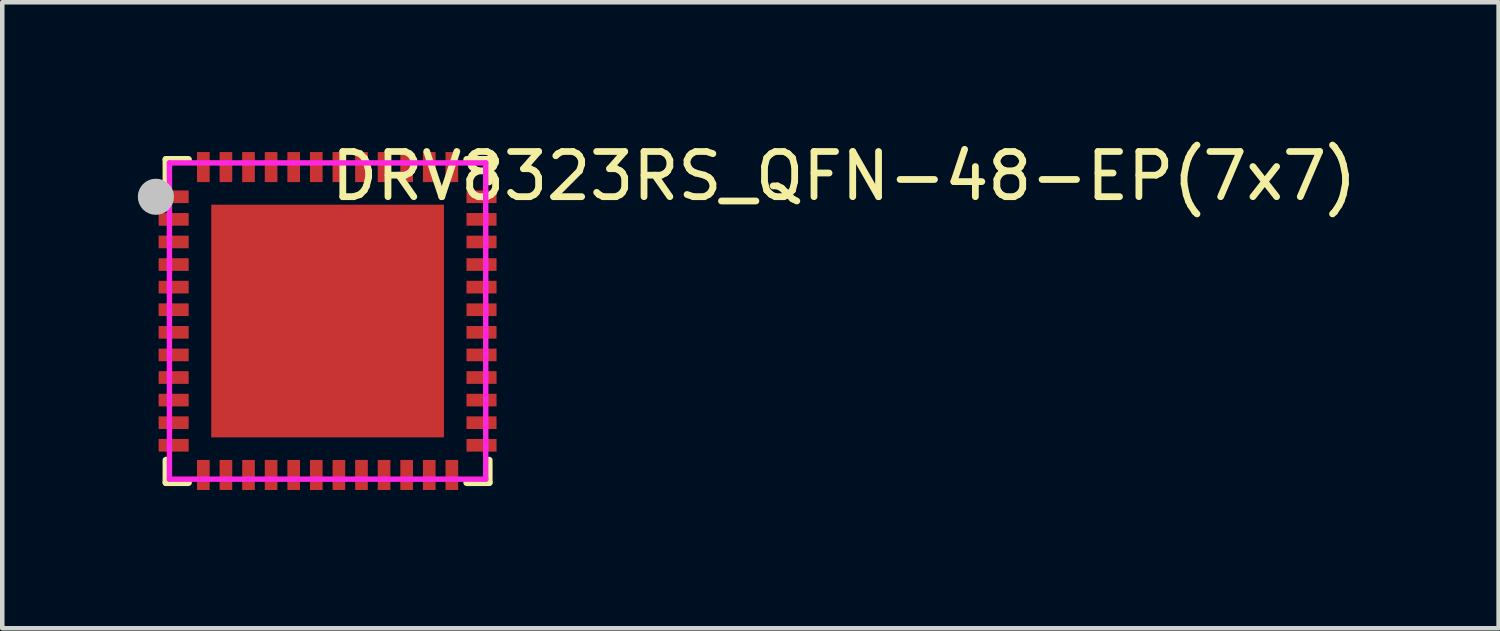
<source format=kicad_pcb>
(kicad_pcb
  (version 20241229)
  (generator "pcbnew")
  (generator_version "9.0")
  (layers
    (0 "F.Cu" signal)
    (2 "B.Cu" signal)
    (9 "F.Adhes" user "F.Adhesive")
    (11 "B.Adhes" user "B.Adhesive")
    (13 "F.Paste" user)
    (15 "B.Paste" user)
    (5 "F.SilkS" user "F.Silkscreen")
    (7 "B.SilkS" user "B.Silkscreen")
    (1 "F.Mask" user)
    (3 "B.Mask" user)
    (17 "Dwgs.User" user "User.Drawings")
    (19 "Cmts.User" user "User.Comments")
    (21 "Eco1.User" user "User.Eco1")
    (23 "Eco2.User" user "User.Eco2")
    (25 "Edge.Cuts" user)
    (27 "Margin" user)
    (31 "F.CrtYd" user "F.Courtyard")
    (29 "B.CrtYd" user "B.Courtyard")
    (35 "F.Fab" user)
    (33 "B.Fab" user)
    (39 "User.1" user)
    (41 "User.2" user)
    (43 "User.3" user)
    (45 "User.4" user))
  (footprint "DRV8323RS_QFN-48-EP(7x7)"
    (layer "F.Cu")
    (at 4.2 4.055)
    (property "Reference" "DRV8323RS_QFN-48-EP(7x7)" (at 0 -3.207 0) (layer "F.SilkS") (effects (font (size 1 1) (thickness 0.15)) (justify left)))
    (attr smd)
    (fp_line (start -3.576 -3.576) (end -3.576 -3.08) (stroke (width 0.152) (type solid)) (layer "F.SilkS"))
    (fp_line (start -3.576 3.576) (end -3.576 3.08) (stroke (width 0.152) (type solid)) (layer "F.SilkS"))
    (fp_line (start -3.08 -3.576) (end -3.576 -3.576) (stroke (width 0.152) (type solid)) (layer "F.SilkS"))
    (fp_line (start -3.08 3.576) (end -3.576 3.576) (stroke (width 0.152) (type solid)) (layer "F.SilkS"))
    (fp_line (start 3.08 -3.576) (end 3.576 -3.576) (stroke (width 0.152) (type solid)) (layer "F.SilkS"))
    (fp_line (start 3.08 3.576) (end 3.576 3.576) (stroke (width 0.152) (type solid)) (layer "F.SilkS"))
    (fp_line (start 3.576 -3.576) (end 3.576 -3.08) (stroke (width 0.152) (type solid)) (layer "F.SilkS"))
    (fp_line (start 3.576 3.576) (end 3.576 3.08) (stroke (width 0.152) (type solid)) (layer "F.SilkS"))
    (fp_circle (center -4.04 -2.75) (end -3.965 -2.75) (stroke (width 0.15) (type solid)) (fill no) (layer "F.SilkS"))
    (fp_poly (pts (xy -3.74 -2.89) (xy -3.74 -2.61) (xy -3.075 -2.61) (xy -3.075 -2.89)) (stroke (width 0.12) (type solid)) (fill yes) (layer "F.Paste"))
    (fp_poly (pts (xy -3.74 -2.39) (xy -3.74 -2.11) (xy -3.075 -2.11) (xy -3.075 -2.39)) (stroke (width 0.12) (type solid)) (fill yes) (layer "F.Paste"))
    (fp_poly (pts (xy -3.74 -1.89) (xy -3.74 -1.61) (xy -3.075 -1.61) (xy -3.075 -1.89)) (stroke (width 0.12) (type solid)) (fill yes) (layer "F.Paste"))
    (fp_poly (pts (xy -3.74 -1.39) (xy -3.74 -1.11) (xy -3.075 -1.11) (xy -3.075 -1.39)) (stroke (width 0.12) (type solid)) (fill yes) (layer "F.Paste"))
    (fp_poly (pts (xy -3.74 -0.89) (xy -3.74 -0.61) (xy -3.075 -0.61) (xy -3.075 -0.89)) (stroke (width 0.12) (type solid)) (fill yes) (layer "F.Paste"))
    (fp_poly (pts (xy -3.74 -0.39) (xy -3.74 -0.11) (xy -3.075 -0.11) (xy -3.075 -0.39)) (stroke (width 0.12) (type solid)) (fill yes) (layer "F.Paste"))
    (fp_poly (pts (xy -3.74 0.11) (xy -3.74 0.39) (xy -3.075 0.39) (xy -3.075 0.11)) (stroke (width 0.12) (type solid)) (fill yes) (layer "F.Paste"))
    (fp_poly (pts (xy -3.74 0.61) (xy -3.74 0.89) (xy -3.075 0.89) (xy -3.075 0.61)) (stroke (width 0.12) (type solid)) (fill yes) (layer "F.Paste"))
    (fp_poly (pts (xy -3.74 1.11) (xy -3.74 1.39) (xy -3.075 1.39) (xy -3.075 1.11)) (stroke (width 0.12) (type solid)) (fill yes) (layer "F.Paste"))
    (fp_poly (pts (xy -3.74 1.61) (xy -3.74 1.89) (xy -3.075 1.89) (xy -3.075 1.61)) (stroke (width 0.12) (type solid)) (fill yes) (layer "F.Paste"))
    (fp_poly (pts (xy -3.74 2.11) (xy -3.74 2.39) (xy -3.075 2.39) (xy -3.075 2.11)) (stroke (width 0.12) (type solid)) (fill yes) (layer "F.Paste"))
    (fp_poly (pts (xy -3.74 2.61) (xy -3.74 2.89) (xy -3.075 2.89) (xy -3.075 2.61)) (stroke (width 0.12) (type solid)) (fill yes) (layer "F.Paste"))
    (fp_poly (pts (xy -2.89 3.075) (xy -2.89 3.74) (xy -2.61 3.74) (xy -2.61 3.075)) (stroke (width 0.12) (type solid)) (fill yes) (layer "F.Paste"))
    (fp_poly (pts (xy -2.61 -3.075) (xy -2.61 -3.74) (xy -2.89 -3.74) (xy -2.89 -3.075)) (stroke (width 0.12) (type solid)) (fill yes) (layer "F.Paste"))
    (fp_poly (pts (xy -2.39 3.075) (xy -2.39 3.74) (xy -2.11 3.74) (xy -2.11 3.075)) (stroke (width 0.12) (type solid)) (fill yes) (layer "F.Paste"))
    (fp_poly (pts (xy -2.11 -3.075) (xy -2.11 -3.74) (xy -2.39 -3.74) (xy -2.39 -3.075)) (stroke (width 0.12) (type solid)) (fill yes) (layer "F.Paste"))
    (fp_poly (pts (xy -2 -2) (xy -2 2) (xy 2 2) (xy 2 -2)) (stroke (width 0.12) (type solid)) (fill yes) (layer "F.Paste"))
    (fp_poly (pts (xy -1.89 3.075) (xy -1.89 3.74) (xy -1.61 3.74) (xy -1.61 3.075)) (stroke (width 0.12) (type solid)) (fill yes) (layer "F.Paste"))
    (fp_poly (pts (xy -1.61 -3.075) (xy -1.61 -3.74) (xy -1.89 -3.74) (xy -1.89 -3.075)) (stroke (width 0.12) (type solid)) (fill yes) (layer "F.Paste"))
    (fp_poly (pts (xy -1.11 -3.075) (xy -1.11 -3.74) (xy -1.39 -3.74) (xy -1.39 -3.075)) (stroke (width 0.12) (type solid)) (fill yes) (layer "F.Paste"))
    (fp_poly (pts (xy -1.11 3.74) (xy -1.11 3.075) (xy -1.39 3.075) (xy -1.39 3.74)) (stroke (width 0.12) (type solid)) (fill yes) (layer "F.Paste"))
    (fp_poly (pts (xy -0.61 -3.075) (xy -0.61 -3.74) (xy -0.89 -3.74) (xy -0.89 -3.075)) (stroke (width 0.12) (type solid)) (fill yes) (layer "F.Paste"))
    (fp_poly (pts (xy -0.61 3.74) (xy -0.61 3.075) (xy -0.89 3.075) (xy -0.89 3.74)) (stroke (width 0.12) (type solid)) (fill yes) (layer "F.Paste"))
    (fp_poly (pts (xy -0.11 -3.075) (xy -0.11 -3.74) (xy -0.39 -3.74) (xy -0.39 -3.075)) (stroke (width 0.12) (type solid)) (fill yes) (layer "F.Paste"))
    (fp_poly (pts (xy -0.11 3.74) (xy -0.11 3.075) (xy -0.39 3.075) (xy -0.39 3.74)) (stroke (width 0.12) (type solid)) (fill yes) (layer "F.Paste"))
    (fp_poly (pts (xy 0.39 -3.075) (xy 0.39 -3.74) (xy 0.11 -3.74) (xy 0.11 -3.075)) (stroke (width 0.12) (type solid)) (fill yes) (layer "F.Paste"))
    (fp_poly (pts (xy 0.39 3.74) (xy 0.39 3.075) (xy 0.11 3.075) (xy 0.11 3.74)) (stroke (width 0.12) (type solid)) (fill yes) (layer "F.Paste"))
    (fp_poly (pts (xy 0.61 -3.74) (xy 0.61 -3.075) (xy 0.89 -3.075) (xy 0.89 -3.74)) (stroke (width 0.12) (type solid)) (fill yes) (layer "F.Paste"))
    (fp_poly (pts (xy 0.89 3.74) (xy 0.89 3.075) (xy 0.61 3.075) (xy 0.61 3.74)) (stroke (width 0.12) (type solid)) (fill yes) (layer "F.Paste"))
    (fp_poly (pts (xy 1.11 -3.74) (xy 1.11 -3.075) (xy 1.39 -3.075) (xy 1.39 -3.74)) (stroke (width 0.12) (type solid)) (fill yes) (layer "F.Paste"))
    (fp_poly (pts (xy 1.39 3.74) (xy 1.39 3.075) (xy 1.11 3.075) (xy 1.11 3.74)) (stroke (width 0.12) (type solid)) (fill yes) (layer "F.Paste"))
    (fp_poly (pts (xy 1.61 -3.74) (xy 1.61 -3.075) (xy 1.89 -3.075) (xy 1.89 -3.74)) (stroke (width 0.12) (type solid)) (fill yes) (layer "F.Paste"))
    (fp_poly (pts (xy 1.89 3.74) (xy 1.89 3.075) (xy 1.61 3.075) (xy 1.61 3.74)) (stroke (width 0.12) (type solid)) (fill yes) (layer "F.Paste"))
    (fp_poly (pts (xy 2.39 -3.075) (xy 2.39 -3.74) (xy 2.11 -3.74) (xy 2.11 -3.075)) (stroke (width 0.12) (type solid)) (fill yes) (layer "F.Paste"))
    (fp_poly (pts (xy 2.39 3.74) (xy 2.39 3.075) (xy 2.11 3.075) (xy 2.11 3.74)) (stroke (width 0.12) (type solid)) (fill yes) (layer "F.Paste"))
    (fp_poly (pts (xy 2.89 -3.075) (xy 2.89 -3.74) (xy 2.61 -3.74) (xy 2.61 -3.075)) (stroke (width 0.12) (type solid)) (fill yes) (layer "F.Paste"))
    (fp_poly (pts (xy 2.89 3.74) (xy 2.89 3.075) (xy 2.61 3.075) (xy 2.61 3.74)) (stroke (width 0.12) (type solid)) (fill yes) (layer "F.Paste"))
    (fp_poly (pts (xy 3.075 2.61) (xy 3.075 2.89) (xy 3.74 2.89) (xy 3.74 2.61)) (stroke (width 0.12) (type solid)) (fill yes) (layer "F.Paste"))
    (fp_poly (pts (xy 3.74 -2.61) (xy 3.74 -2.89) (xy 3.075 -2.89) (xy 3.075 -2.61)) (stroke (width 0.12) (type solid)) (fill yes) (layer "F.Paste"))
    (fp_poly (pts (xy 3.74 -2.11) (xy 3.74 -2.39) (xy 3.075 -2.39) (xy 3.075 -2.11)) (stroke (width 0.12) (type solid)) (fill yes) (layer "F.Paste"))
    (fp_poly (pts (xy 3.74 -1.61) (xy 3.74 -1.89) (xy 3.075 -1.89) (xy 3.075 -1.61)) (stroke (width 0.12) (type solid)) (fill yes) (layer "F.Paste"))
    (fp_poly (pts (xy 3.74 -1.11) (xy 3.74 -1.39) (xy 3.075 -1.39) (xy 3.075 -1.11)) (stroke (width 0.12) (type solid)) (fill yes) (layer "F.Paste"))
    (fp_poly (pts (xy 3.74 -0.61) (xy 3.74 -0.89) (xy 3.075 -0.89) (xy 3.075 -0.61)) (stroke (width 0.12) (type solid)) (fill yes) (layer "F.Paste"))
    (fp_poly (pts (xy 3.74 -0.11) (xy 3.74 -0.39) (xy 3.075 -0.39) (xy 3.075 -0.11)) (stroke (width 0.12) (type solid)) (fill yes) (layer "F.Paste"))
    (fp_poly (pts (xy 3.74 0.39) (xy 3.74 0.11) (xy 3.075 0.11) (xy 3.075 0.39)) (stroke (width 0.12) (type solid)) (fill yes) (layer "F.Paste"))
    (fp_poly (pts (xy 3.74 0.89) (xy 3.74 0.61) (xy 3.075 0.61) (xy 3.075 0.89)) (stroke (width 0.12) (type solid)) (fill yes) (layer "F.Paste"))
    (fp_poly (pts (xy 3.74 1.39) (xy 3.74 1.11) (xy 3.075 1.11) (xy 3.075 1.39)) (stroke (width 0.12) (type solid)) (fill yes) (layer "F.Paste"))
    (fp_poly (pts (xy 3.74 1.89) (xy 3.74 1.61) (xy 3.075 1.61) (xy 3.075 1.89)) (stroke (width 0.12) (type solid)) (fill yes) (layer "F.Paste"))
    (fp_poly (pts (xy 3.74 2.39) (xy 3.74 2.11) (xy 3.075 2.11) (xy 3.075 2.39)) (stroke (width 0.12) (type solid)) (fill yes) (layer "F.Paste"))
    (fp_circle (center -3.8 -2.75) (end -3.6 -2.75) (stroke (width 0.4) (type solid)) (fill no) (layer "Dwgs.User"))
    (fp_circle (center -3.5 -3.5) (end -3.47 -3.5) (stroke (width 0.06) (type solid)) (fill no) (layer "Eco2.User"))
    (fp_poly (pts (xy -3.5 -2.63) (xy -3.5 -2.87) (xy -3.1 -2.87) (xy -3.1 -2.63)) (stroke (width 0.12) (type solid)) (fill no) (layer "Eco2.User"))
    (fp_poly (pts (xy -3.5 -2.13) (xy -3.5 -2.37) (xy -3.1 -2.37) (xy -3.1 -2.13)) (stroke (width 0.12) (type solid)) (fill no) (layer "Eco2.User"))
    (fp_poly (pts (xy -3.5 -1.63) (xy -3.5 -1.87) (xy -3.1 -1.87) (xy -3.1 -1.63)) (stroke (width 0.12) (type solid)) (fill no) (layer "Eco2.User"))
    (fp_poly (pts (xy -3.5 -1.13) (xy -3.5 -1.37) (xy -3.1 -1.37) (xy -3.1 -1.13)) (stroke (width 0.12) (type solid)) (fill no) (layer "Eco2.User"))
    (fp_poly (pts (xy -3.5 -0.63) (xy -3.5 -0.87) (xy -3.1 -0.87) (xy -3.1 -0.63)) (stroke (width 0.12) (type solid)) (fill no) (layer "Eco2.User"))
    (fp_poly (pts (xy -3.5 -0.13) (xy -3.5 -0.37) (xy -3.1 -0.37) (xy -3.1 -0.13)) (stroke (width 0.12) (type solid)) (fill no) (layer "Eco2.User"))
    (fp_poly (pts (xy -3.5 0.37) (xy -3.5 0.13) (xy -3.1 0.13) (xy -3.1 0.37)) (stroke (width 0.12) (type solid)) (fill no) (layer "Eco2.User"))
    (fp_poly (pts (xy -3.5 0.87) (xy -3.5 0.63) (xy -3.1 0.63) (xy -3.1 0.87)) (stroke (width 0.12) (type solid)) (fill no) (layer "Eco2.User"))
    (fp_poly (pts (xy -3.5 1.37) (xy -3.5 1.13) (xy -3.1 1.13) (xy -3.1 1.37)) (stroke (width 0.12) (type solid)) (fill no) (layer "Eco2.User"))
    (fp_poly (pts (xy -3.5 1.87) (xy -3.5 1.63) (xy -3.1 1.63) (xy -3.1 1.87)) (stroke (width 0.12) (type solid)) (fill no) (layer "Eco2.User"))
    (fp_poly (pts (xy -3.5 2.37) (xy -3.5 2.13) (xy -3.1 2.13) (xy -3.1 2.37)) (stroke (width 0.12) (type solid)) (fill no) (layer "Eco2.User"))
    (fp_poly (pts (xy -3.5 2.87) (xy -3.5 2.63) (xy -3.1 2.63) (xy -3.1 2.87)) (stroke (width 0.12) (type solid)) (fill no) (layer "Eco2.User"))
    (fp_poly (pts (xy -2.87 -3.1) (xy -2.87 -3.5) (xy -2.63 -3.5) (xy -2.63 -3.1)) (stroke (width 0.12) (type solid)) (fill no) (layer "Eco2.User"))
    (fp_poly (pts (xy -2.87 3.5) (xy -2.87 3.1) (xy -2.63 3.1) (xy -2.63 3.5)) (stroke (width 0.12) (type solid)) (fill no) (layer "Eco2.User"))
    (fp_poly (pts (xy -2.575 -2.575) (xy 2.575 -2.575) (xy 2.575 2.575) (xy -2.575 2.575)) (stroke (width 0.12) (type solid)) (fill no) (layer "Eco2.User"))
    (fp_poly (pts (xy -2.37 -3.1) (xy -2.37 -3.5) (xy -2.13 -3.5) (xy -2.13 -3.1)) (stroke (width 0.12) (type solid)) (fill no) (layer "Eco2.User"))
    (fp_poly (pts (xy -2.37 3.5) (xy -2.37 3.1) (xy -2.13 3.1) (xy -2.13 3.5)) (stroke (width 0.12) (type solid)) (fill no) (layer "Eco2.User"))
    (fp_poly (pts (xy -1.87 -3.1) (xy -1.87 -3.5) (xy -1.63 -3.5) (xy -1.63 -3.1)) (stroke (width 0.12) (type solid)) (fill no) (layer "Eco2.User"))
    (fp_poly (pts (xy -1.87 3.5) (xy -1.87 3.1) (xy -1.63 3.1) (xy -1.63 3.5)) (stroke (width 0.12) (type solid)) (fill no) (layer "Eco2.User"))
    (fp_poly (pts (xy -1.37 -3.1) (xy -1.37 -3.5) (xy -1.13 -3.5) (xy -1.13 -3.1)) (stroke (width 0.12) (type solid)) (fill no) (layer "Eco2.User"))
    (fp_poly (pts (xy -1.37 3.5) (xy -1.37 3.1) (xy -1.13 3.1) (xy -1.13 3.5)) (stroke (width 0.12) (type solid)) (fill no) (layer "Eco2.User"))
    (fp_poly (pts (xy -0.87 -3.1) (xy -0.87 -3.5) (xy -0.63 -3.5) (xy -0.63 -3.1)) (stroke (width 0.12) (type solid)) (fill no) (layer "Eco2.User"))
    (fp_poly (pts (xy -0.87 3.5) (xy -0.87 3.1) (xy -0.63 3.1) (xy -0.63 3.5)) (stroke (width 0.12) (type solid)) (fill no) (layer "Eco2.User"))
    (fp_poly (pts (xy -0.37 -3.1) (xy -0.37 -3.5) (xy -0.13 -3.5) (xy -0.13 -3.1)) (stroke (width 0.12) (type solid)) (fill no) (layer "Eco2.User"))
    (fp_poly (pts (xy -0.37 3.5) (xy -0.37 3.1) (xy -0.13 3.1) (xy -0.13 3.5)) (stroke (width 0.12) (type solid)) (fill no) (layer "Eco2.User"))
    (fp_poly (pts (xy 0.13 -3.1) (xy 0.13 -3.5) (xy 0.37 -3.5) (xy 0.37 -3.1)) (stroke (width 0.12) (type solid)) (fill no) (layer "Eco2.User"))
    (fp_poly (pts (xy 0.13 3.5) (xy 0.13 3.1) (xy 0.37 3.1) (xy 0.37 3.5)) (stroke (width 0.12) (type solid)) (fill no) (layer "Eco2.User"))
    (fp_poly (pts (xy 0.63 -3.1) (xy 0.63 -3.5) (xy 0.87 -3.5) (xy 0.87 -3.1)) (stroke (width 0.12) (type solid)) (fill no) (layer "Eco2.User"))
    (fp_poly (pts (xy 0.63 3.5) (xy 0.63 3.1) (xy 0.87 3.1) (xy 0.87 3.5)) (stroke (width 0.12) (type solid)) (fill no) (layer "Eco2.User"))
    (fp_poly (pts (xy 1.13 -3.1) (xy 1.13 -3.5) (xy 1.37 -3.5) (xy 1.37 -3.1)) (stroke (width 0.12) (type solid)) (fill no) (layer "Eco2.User"))
    (fp_poly (pts (xy 1.13 3.5) (xy 1.13 3.1) (xy 1.37 3.1) (xy 1.37 3.5)) (stroke (width 0.12) (type solid)) (fill no) (layer "Eco2.User"))
    (fp_poly (pts (xy 1.63 -3.1) (xy 1.63 -3.5) (xy 1.87 -3.5) (xy 1.87 -3.1)) (stroke (width 0.12) (type solid)) (fill no) (layer "Eco2.User"))
    (fp_poly (pts (xy 1.63 3.5) (xy 1.63 3.1) (xy 1.87 3.1) (xy 1.87 3.5)) (stroke (width 0.12) (type solid)) (fill no) (layer "Eco2.User"))
    (fp_poly (pts (xy 2.13 -3.1) (xy 2.13 -3.5) (xy 2.37 -3.5) (xy 2.37 -3.1)) (stroke (width 0.12) (type solid)) (fill no) (layer "Eco2.User"))
    (fp_poly (pts (xy 2.13 3.5) (xy 2.13 3.1) (xy 2.37 3.1) (xy 2.37 3.5)) (stroke (width 0.12) (type solid)) (fill no) (layer "Eco2.User"))
    (fp_poly (pts (xy 2.63 -3.1) (xy 2.63 -3.5) (xy 2.87 -3.5) (xy 2.87 -3.1)) (stroke (width 0.12) (type solid)) (fill no) (layer "Eco2.User"))
    (fp_poly (pts (xy 2.63 3.5) (xy 2.63 3.1) (xy 2.87 3.1) (xy 2.87 3.5)) (stroke (width 0.12) (type solid)) (fill no) (layer "Eco2.User"))
    (fp_poly (pts (xy 3.1 -2.63) (xy 3.1 -2.87) (xy 3.5 -2.87) (xy 3.5 -2.63)) (stroke (width 0.12) (type solid)) (fill no) (layer "Eco2.User"))
    (fp_poly (pts (xy 3.1 -2.13) (xy 3.1 -2.37) (xy 3.5 -2.37) (xy 3.5 -2.13)) (stroke (width 0.12) (type solid)) (fill no) (layer "Eco2.User"))
    (fp_poly (pts (xy 3.1 -1.63) (xy 3.1 -1.87) (xy 3.5 -1.87) (xy 3.5 -1.63)) (stroke (width 0.12) (type solid)) (fill no) (layer "Eco2.User"))
    (fp_poly (pts (xy 3.1 -1.13) (xy 3.1 -1.37) (xy 3.5 -1.37) (xy 3.5 -1.13)) (stroke (width 0.12) (type solid)) (fill no) (layer "Eco2.User"))
    (fp_poly (pts (xy 3.1 -0.63) (xy 3.1 -0.87) (xy 3.5 -0.87) (xy 3.5 -0.63)) (stroke (width 0.12) (type solid)) (fill no) (layer "Eco2.User"))
    (fp_poly (pts (xy 3.1 -0.13) (xy 3.1 -0.37) (xy 3.5 -0.37) (xy 3.5 -0.13)) (stroke (width 0.12) (type solid)) (fill no) (layer "Eco2.User"))
    (fp_poly (pts (xy 3.1 0.37) (xy 3.1 0.13) (xy 3.5 0.13) (xy 3.5 0.37)) (stroke (width 0.12) (type solid)) (fill no) (layer "Eco2.User"))
    (fp_poly (pts (xy 3.1 0.87) (xy 3.1 0.63) (xy 3.5 0.63) (xy 3.5 0.87)) (stroke (width 0.12) (type solid)) (fill no) (layer "Eco2.User"))
    (fp_poly (pts (xy 3.1 1.37) (xy 3.1 1.13) (xy 3.5 1.13) (xy 3.5 1.37)) (stroke (width 0.12) (type solid)) (fill no) (layer "Eco2.User"))
    (fp_poly (pts (xy 3.1 1.87) (xy 3.1 1.63) (xy 3.5 1.63) (xy 3.5 1.87)) (stroke (width 0.12) (type solid)) (fill no) (layer "Eco2.User"))
    (fp_poly (pts (xy 3.1 2.37) (xy 3.1 2.13) (xy 3.5 2.13) (xy 3.5 2.37)) (stroke (width 0.12) (type solid)) (fill no) (layer "Eco2.User"))
    (fp_poly (pts (xy 3.1 2.87) (xy 3.1 2.63) (xy 3.5 2.63) (xy 3.5 2.87)) (stroke (width 0.12) (type solid)) (fill no) (layer "Eco2.User"))
    (fp_line (start -3.5 -3.5) (end 3.5 -3.5) (stroke (width 0.12) (type solid)) (layer "F.CrtYd"))
    (fp_line (start -3.5 3.5) (end -3.5 -3.5) (stroke (width 0.12) (type solid)) (layer "F.CrtYd"))
    (fp_line (start 3.5 -3.5) (end 3.5 3.5) (stroke (width 0.12) (type solid)) (layer "F.CrtYd"))
    (fp_line (start 3.5 3.5) (end -3.5 3.5) (stroke (width 0.12) (type solid)) (layer "F.CrtYd"))
    (pad "1" smd rect (at -3.407 -2.75) (size 0.665 0.28) (layers "F.Cu" "F.Mask" "F.Paste"))
    (pad "2" smd rect (at -3.407 -2.25) (size 0.665 0.28) (layers "F.Cu" "F.Mask" "F.Paste"))
    (pad "3" smd rect (at -3.407 -1.75) (size 0.665 0.28) (layers "F.Cu" "F.Mask" "F.Paste"))
    (pad "4" smd rect (at -3.407 -1.25) (size 0.665 0.28) (layers "F.Cu" "F.Mask" "F.Paste"))
    (pad "5" smd rect (at -3.407 -0.75) (size 0.665 0.28) (layers "F.Cu" "F.Mask" "F.Paste"))
    (pad "6" smd rect (at -3.407 -0.25) (size 0.665 0.28) (layers "F.Cu" "F.Mask" "F.Paste"))
    (pad "7" smd rect (at -3.407 0.25) (size 0.665 0.28) (layers "F.Cu" "F.Mask" "F.Paste"))
    (pad "8" smd rect (at -3.407 0.75) (size 0.665 0.28) (layers "F.Cu" "F.Mask" "F.Paste"))
    (pad "9" smd rect (at -3.407 1.25) (size 0.665 0.28) (layers "F.Cu" "F.Mask" "F.Paste"))
    (pad "10" smd rect (at -3.407 1.75) (size 0.665 0.28) (layers "F.Cu" "F.Mask" "F.Paste"))
    (pad "11" smd rect (at -3.407 2.25) (size 0.665 0.28) (layers "F.Cu" "F.Mask" "F.Paste"))
    (pad "12" smd rect (at -3.407 2.75) (size 0.665 0.28) (layers "F.Cu" "F.Mask" "F.Paste"))
    (pad "13" smd rect (at -2.75 3.407) (size 0.28 0.665) (layers "F.Cu" "F.Mask" "F.Paste"))
    (pad "14" smd rect (at -2.25 3.407) (size 0.28 0.665) (layers "F.Cu" "F.Mask" "F.Paste"))
    (pad "15" smd rect (at -1.75 3.407) (size 0.28 0.665) (layers "F.Cu" "F.Mask" "F.Paste"))
    (pad "16" smd rect (at -1.25 3.407) (size 0.28 0.665) (layers "F.Cu" "F.Mask" "F.Paste"))
    (pad "17" smd rect (at -0.75 3.407) (size 0.28 0.665) (layers "F.Cu" "F.Mask" "F.Paste"))
    (pad "18" smd rect (at -0.25 3.407) (size 0.28 0.665) (layers "F.Cu" "F.Mask" "F.Paste"))
    (pad "19" smd rect (at 0.25 3.407) (size 0.28 0.665) (layers "F.Cu" "F.Mask" "F.Paste"))
    (pad "20" smd rect (at 0.75 3.407) (size 0.28 0.665) (layers "F.Cu" "F.Mask" "F.Paste"))
    (pad "21" smd rect (at 1.25 3.407) (size 0.28 0.665) (layers "F.Cu" "F.Mask" "F.Paste"))
    (pad "22" smd rect (at 1.75 3.407) (size 0.28 0.665) (layers "F.Cu" "F.Mask" "F.Paste"))
    (pad "23" smd rect (at 2.25 3.407) (size 0.28 0.665) (layers "F.Cu" "F.Mask" "F.Paste"))
    (pad "24" smd rect (at 2.75 3.407) (size 0.28 0.665) (layers "F.Cu" "F.Mask" "F.Paste"))
    (pad "25" smd rect (at 3.407 2.75) (size 0.665 0.28) (layers "F.Cu" "F.Mask" "F.Paste"))
    (pad "26" smd rect (at 3.407 2.25) (size 0.665 0.28) (layers "F.Cu" "F.Mask" "F.Paste"))
    (pad "27" smd rect (at 3.407 1.75) (size 0.665 0.28) (layers "F.Cu" "F.Mask" "F.Paste"))
    (pad "28" smd rect (at 3.407 1.25) (size 0.665 0.28) (layers "F.Cu" "F.Mask" "F.Paste"))
    (pad "29" smd rect (at 3.407 0.75) (size 0.665 0.28) (layers "F.Cu" "F.Mask" "F.Paste"))
    (pad "30" smd rect (at 3.407 0.25) (size 0.665 0.28) (layers "F.Cu" "F.Mask" "F.Paste"))
    (pad "31" smd rect (at 3.407 -0.25) (size 0.665 0.28) (layers "F.Cu" "F.Mask" "F.Paste"))
    (pad "32" smd rect (at 3.407 -0.75) (size 0.665 0.28) (layers "F.Cu" "F.Mask" "F.Paste"))
    (pad "33" smd rect (at 3.407 -1.25) (size 0.665 0.28) (layers "F.Cu" "F.Mask" "F.Paste"))
    (pad "34" smd rect (at 3.407 -1.75) (size 0.665 0.28) (layers "F.Cu" "F.Mask" "F.Paste"))
    (pad "35" smd rect (at 3.407 -2.25) (size 0.665 0.28) (layers "F.Cu" "F.Mask" "F.Paste"))
    (pad "36" smd rect (at 3.407 -2.75) (size 0.665 0.28) (layers "F.Cu" "F.Mask" "F.Paste"))
    (pad "37" smd rect (at 2.75 -3.407) (size 0.28 0.665) (layers "F.Cu" "F.Mask" "F.Paste"))
    (pad "38" smd rect (at 2.25 -3.407) (size 0.28 0.665) (layers "F.Cu" "F.Mask" "F.Paste"))
    (pad "39" smd rect (at 1.75 -3.407) (size 0.28 0.665) (layers "F.Cu" "F.Mask" "F.Paste"))
    (pad "40" smd rect (at 1.25 -3.407) (size 0.28 0.665) (layers "F.Cu" "F.Mask" "F.Paste"))
    (pad "41" smd rect (at 0.75 -3.407) (size 0.28 0.665) (layers "F.Cu" "F.Mask" "F.Paste"))
    (pad "42" smd rect (at 0.25 -3.407) (size 0.28 0.665) (layers "F.Cu" "F.Mask" "F.Paste"))
    (pad "43" smd rect (at -0.25 -3.407) (size 0.28 0.665) (layers "F.Cu" "F.Mask" "F.Paste"))
    (pad "44" smd rect (at -0.75 -3.407) (size 0.28 0.665) (layers "F.Cu" "F.Mask" "F.Paste"))
    (pad "45" smd rect (at -1.25 -3.407) (size 0.28 0.665) (layers "F.Cu" "F.Mask" "F.Paste"))
    (pad "46" smd rect (at -1.75 -3.407) (size 0.28 0.665) (layers "F.Cu" "F.Mask" "F.Paste"))
    (pad "47" smd rect (at -2.25 -3.407) (size 0.28 0.665) (layers "F.Cu" "F.Mask" "F.Paste"))
    (pad "48" smd rect (at -2.75 -3.407) (size 0.28 0.665) (layers "F.Cu" "F.Mask" "F.Paste"))
    (pad "49" smd rect (at 0 0) (size 5.15 5.15) (layers "F.Cu" "F.Mask" "F.Paste")))
  (gr_rect
    (start -3 -3)
    (end 30.117 10.855)
    (stroke (width 0.1) (type default))
    (fill no)
    (layer "Edge.Cuts")))
</source>
